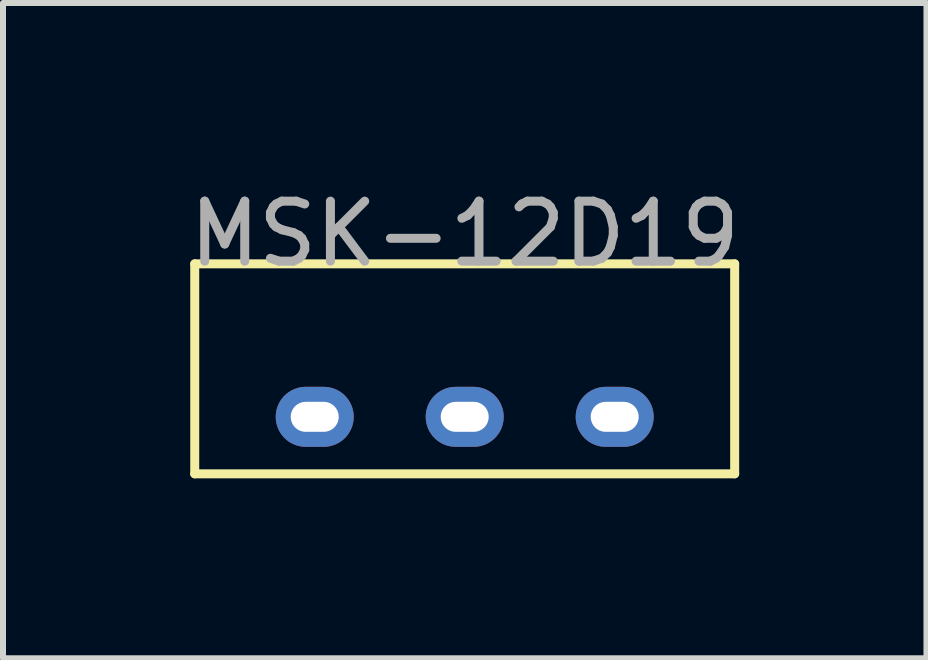
<source format=kicad_pcb>
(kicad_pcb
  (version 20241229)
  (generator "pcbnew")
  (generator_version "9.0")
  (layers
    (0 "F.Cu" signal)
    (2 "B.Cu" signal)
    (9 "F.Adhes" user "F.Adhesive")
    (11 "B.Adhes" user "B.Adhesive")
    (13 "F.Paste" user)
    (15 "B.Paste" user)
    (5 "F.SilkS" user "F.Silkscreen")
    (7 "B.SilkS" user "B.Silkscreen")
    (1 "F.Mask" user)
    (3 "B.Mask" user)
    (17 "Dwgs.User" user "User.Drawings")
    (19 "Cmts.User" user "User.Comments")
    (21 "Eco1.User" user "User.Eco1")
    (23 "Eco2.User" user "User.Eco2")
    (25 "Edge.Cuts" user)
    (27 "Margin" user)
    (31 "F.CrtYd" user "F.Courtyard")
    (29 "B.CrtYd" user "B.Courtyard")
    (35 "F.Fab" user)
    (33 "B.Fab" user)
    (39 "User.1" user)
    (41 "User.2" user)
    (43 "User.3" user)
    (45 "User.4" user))
  (footprint "MSK-12D19"
    (layer "F.Cu")
    (at 4.696 2.848)
    (property "Reference" "MSK-12D19" (at 0 -2 0) (layer "F.Fab") (effects (font (size 1 1) (thickness 0.15))))
    (attr through_hole)
    (fp_line (start -4.5 -1.5) (end 4.5 -1.5) (stroke (width 0.15) (type solid)) (layer "F.SilkS"))
    (fp_line (start -4.5 2) (end -4.5 -1.5) (stroke (width 0.15) (type solid)) (layer "F.SilkS"))
    (fp_line (start 4.5 -1.5) (end 4.5 2) (stroke (width 0.15) (type solid)) (layer "F.SilkS"))
    (fp_line (start 4.5 2) (end -4.5 2) (stroke (width 0.15) (type solid)) (layer "F.SilkS"))
    (pad "1" thru_hole oval (at -2.5 1.05) (size 1.3 1) (drill oval 0.8 0.5) (layers "*.Cu" "*.Mask"))
    (pad "2" thru_hole oval (at 0 1.05) (size 1.3 1) (drill oval 0.8 0.5) (layers "*.Cu" "*.Mask"))
    (pad "3" thru_hole oval (at 2.5 1.05) (size 1.3 1) (drill oval 0.8 0.5) (layers "*.Cu" "*.Mask")))
  (gr_rect
    (start -3 -3)
    (end 12.393 7.923)
    (stroke (width 0.1) (type default))
    (fill no)
    (layer "Edge.Cuts")))
</source>
